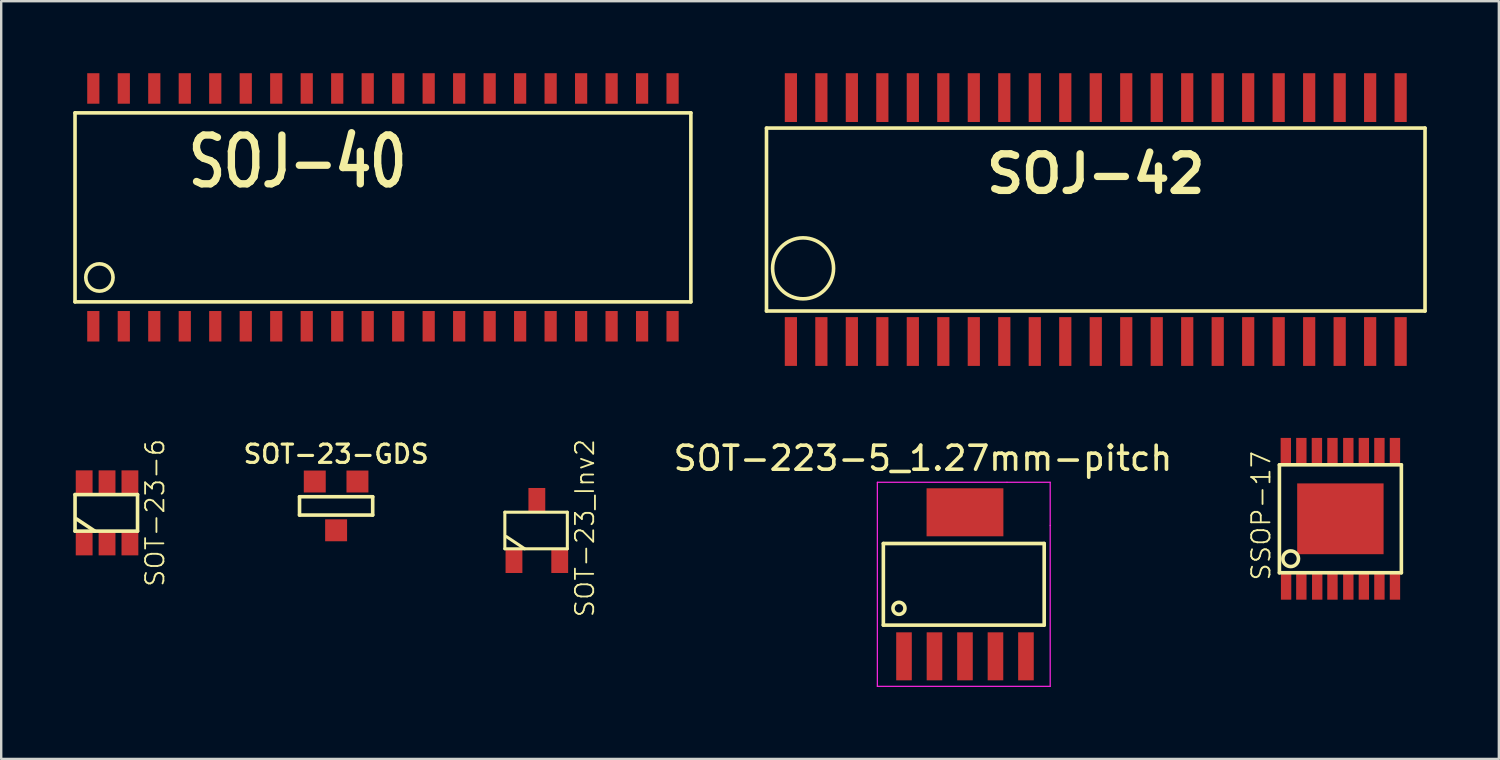
<source format=kicad_pcb>
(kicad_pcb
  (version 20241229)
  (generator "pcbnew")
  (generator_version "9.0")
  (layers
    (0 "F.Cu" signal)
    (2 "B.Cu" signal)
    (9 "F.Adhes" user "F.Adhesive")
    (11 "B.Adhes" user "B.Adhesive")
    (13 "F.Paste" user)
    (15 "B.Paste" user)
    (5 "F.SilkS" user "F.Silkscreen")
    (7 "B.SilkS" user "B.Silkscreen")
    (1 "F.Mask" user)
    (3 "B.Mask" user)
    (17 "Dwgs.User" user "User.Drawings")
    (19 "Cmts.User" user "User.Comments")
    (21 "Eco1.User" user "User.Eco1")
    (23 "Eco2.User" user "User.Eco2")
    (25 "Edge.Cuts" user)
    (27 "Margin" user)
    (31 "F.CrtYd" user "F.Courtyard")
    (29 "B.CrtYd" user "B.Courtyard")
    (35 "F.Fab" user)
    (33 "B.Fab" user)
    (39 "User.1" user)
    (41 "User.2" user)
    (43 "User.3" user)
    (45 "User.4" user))
  (footprint "SOT-23-6"
    (layer "F.Cu")
    (at 1.409 18.314)
    (property "Reference" "SOT-23-6" (at 1.999 0 90) (layer "F.SilkS") (effects (font (size 0.762 0.762) (thickness 0.076))))
    (attr through_hole)
    (fp_line (start -1.333 -0.762) (end 1.27 -0.762) (stroke (width 0.15) (type solid)) (layer "F.SilkS"))
    (fp_line (start -1.333 0.762) (end -1.333 -0.762) (stroke (width 0.15) (type solid)) (layer "F.SilkS"))
    (fp_line (start -0.508 0.762) (end -1.27 0.254) (stroke (width 0.15) (type solid)) (layer "F.SilkS"))
    (fp_line (start 1.27 -0.762) (end 1.27 0.762) (stroke (width 0.15) (type solid)) (layer "F.SilkS"))
    (fp_line (start 1.27 0.762) (end -1.333 0.762) (stroke (width 0.15) (type solid)) (layer "F.SilkS"))
    (pad "1" smd rect (at -0.953 1.27) (size 0.701 1.001) (layers "F.Cu" "F.Mask" "F.Paste"))
    (pad "2" smd rect (at 0 1.27) (size 0.701 1.001) (layers "F.Cu" "F.Mask" "F.Paste"))
    (pad "3" smd rect (at 0.953 1.27) (size 0.701 1.001) (layers "F.Cu" "F.Mask" "F.Paste"))
    (pad "4" smd rect (at 0.953 -1.27) (size 0.701 1.001) (layers "F.Cu" "F.Mask" "F.Paste"))
    (pad "5" smd rect (at 0 -1.27) (size 0.701 1.001) (layers "F.Cu" "F.Mask" "F.Paste"))
    (pad "6" smd rect (at -0.953 -1.27) (size 0.701 1.001) (layers "F.Cu" "F.Mask" "F.Paste")))
  (footprint "SOJ-42"
    (layer "F.Cu")
    (at 42.595 6.096)
    (property "Reference" "SOJ-42" (at 0 -1.905 0) (layer "F.SilkS") (effects (font (size 1.524 1.524) (thickness 0.305))))
    (attr smd)
    (fp_line (start -13.716 -3.81) (end 13.716 -3.81) (stroke (width 0.15) (type solid)) (layer "F.SilkS"))
    (fp_line (start -13.716 3.81) (end -13.716 -3.81) (stroke (width 0.15) (type solid)) (layer "F.SilkS"))
    (fp_line (start 13.716 3.81) (end -13.716 3.81) (stroke (width 0.15) (type solid)) (layer "F.SilkS"))
    (fp_line (start 13.716 3.81) (end 13.716 -3.81) (stroke (width 0.15) (type solid)) (layer "F.SilkS"))
    (fp_circle (center -12.192 2.032) (end -12.192 0.762) (stroke (width 0.15) (type solid)) (fill no) (layer "F.SilkS"))
    (pad "1" smd rect (at -12.7 5.08) (size 0.508 2.032) (layers "F.Cu" "F.Mask" "F.Paste"))
    (pad "2" smd rect (at -11.43 5.08) (size 0.508 2.032) (layers "F.Cu" "F.Mask" "F.Paste"))
    (pad "3" smd rect (at -10.16 5.08) (size 0.508 2.032) (layers "F.Cu" "F.Mask" "F.Paste"))
    (pad "4" smd rect (at -8.89 5.08) (size 0.508 2.032) (layers "F.Cu" "F.Mask" "F.Paste"))
    (pad "5" smd rect (at -7.62 5.08) (size 0.508 2.032) (layers "F.Cu" "F.Mask" "F.Paste"))
    (pad "6" smd rect (at -6.35 5.08) (size 0.508 2.032) (layers "F.Cu" "F.Mask" "F.Paste"))
    (pad "7" smd rect (at -5.08 5.08) (size 0.508 2.032) (layers "F.Cu" "F.Mask" "F.Paste"))
    (pad "8" smd rect (at -3.81 5.08) (size 0.508 2.032) (layers "F.Cu" "F.Mask" "F.Paste"))
    (pad "9" smd rect (at -2.54 5.08) (size 0.508 2.032) (layers "F.Cu" "F.Mask" "F.Paste"))
    (pad "10" smd rect (at -1.27 5.08) (size 0.508 2.032) (layers "F.Cu" "F.Mask" "F.Paste"))
    (pad "11" smd rect (at 0 5.08) (size 0.508 2.032) (layers "F.Cu" "F.Mask" "F.Paste"))
    (pad "12" smd rect (at 1.27 5.08) (size 0.508 2.032) (layers "F.Cu" "F.Mask" "F.Paste"))
    (pad "13" smd rect (at 2.54 5.08) (size 0.508 2.032) (layers "F.Cu" "F.Mask" "F.Paste"))
    (pad "14" smd rect (at 3.81 5.08) (size 0.508 2.032) (layers "F.Cu" "F.Mask" "F.Paste"))
    (pad "15" smd rect (at 5.08 5.08) (size 0.508 2.032) (layers "F.Cu" "F.Mask" "F.Paste"))
    (pad "16" smd rect (at 6.35 5.08) (size 0.508 2.032) (layers "F.Cu" "F.Mask" "F.Paste"))
    (pad "17" smd rect (at 7.62 5.08) (size 0.508 2.032) (layers "F.Cu" "F.Mask" "F.Paste"))
    (pad "18" smd rect (at 8.89 5.08) (size 0.508 2.032) (layers "F.Cu" "F.Mask" "F.Paste"))
    (pad "19" smd rect (at 10.16 5.08) (size 0.508 2.032) (layers "F.Cu" "F.Mask" "F.Paste"))
    (pad "20" smd rect (at 11.43 5.08) (size 0.508 2.032) (layers "F.Cu" "F.Mask" "F.Paste"))
    (pad "21" smd rect (at 12.7 5.08) (size 0.508 2.032) (layers "F.Cu" "F.Mask" "F.Paste"))
    (pad "22" smd rect (at 12.7 -5.08) (size 0.508 2.032) (layers "F.Cu" "F.Mask" "F.Paste"))
    (pad "23" smd rect (at 11.43 -5.08) (size 0.508 2.032) (layers "F.Cu" "F.Mask" "F.Paste"))
    (pad "24" smd rect (at 10.16 -5.08) (size 0.508 2.032) (layers "F.Cu" "F.Mask" "F.Paste"))
    (pad "25" smd rect (at 8.89 -5.08) (size 0.508 2.032) (layers "F.Cu" "F.Mask" "F.Paste"))
    (pad "26" smd rect (at 7.62 -5.08) (size 0.508 2.032) (layers "F.Cu" "F.Mask" "F.Paste"))
    (pad "27" smd rect (at 6.35 -5.08) (size 0.508 2.032) (layers "F.Cu" "F.Mask" "F.Paste"))
    (pad "28" smd rect (at 5.08 -5.08) (size 0.508 2.032) (layers "F.Cu" "F.Mask" "F.Paste"))
    (pad "29" smd rect (at 3.81 -5.08) (size 0.508 2.032) (layers "F.Cu" "F.Mask" "F.Paste"))
    (pad "30" smd rect (at 2.54 -5.08) (size 0.508 2.032) (layers "F.Cu" "F.Mask" "F.Paste"))
    (pad "31" smd rect (at 1.27 -5.08) (size 0.508 2.032) (layers "F.Cu" "F.Mask" "F.Paste"))
    (pad "32" smd rect (at 0 -5.08) (size 0.508 2.032) (layers "F.Cu" "F.Mask" "F.Paste"))
    (pad "33" smd rect (at -1.27 -5.08) (size 0.508 2.032) (layers "F.Cu" "F.Mask" "F.Paste"))
    (pad "34" smd rect (at -2.54 -5.08) (size 0.508 2.032) (layers "F.Cu" "F.Mask" "F.Paste"))
    (pad "35" smd rect (at -3.81 -5.08) (size 0.508 2.032) (layers "F.Cu" "F.Mask" "F.Paste"))
    (pad "36" smd rect (at -5.08 -5.08) (size 0.508 2.032) (layers "F.Cu" "F.Mask" "F.Paste"))
    (pad "37" smd rect (at -6.35 -5.08) (size 0.508 2.032) (layers "F.Cu" "F.Mask" "F.Paste"))
    (pad "38" smd rect (at -7.62 -5.08) (size 0.508 2.032) (layers "F.Cu" "F.Mask" "F.Paste"))
    (pad "39" smd rect (at -8.89 -5.08) (size 0.508 2.032) (layers "F.Cu" "F.Mask" "F.Paste"))
    (pad "40" smd rect (at -10.16 -5.08) (size 0.508 2.032) (layers "F.Cu" "F.Mask" "F.Paste"))
    (pad "41" smd rect (at -11.43 -5.08) (size 0.508 2.032) (layers "F.Cu" "F.Mask" "F.Paste"))
    (pad "42" smd rect (at -12.7 -5.08) (size 0.508 2.032) (layers "F.Cu" "F.Mask" "F.Paste")))
  (footprint "SSOP-17"
    (layer "F.Cu")
    (at 52.785 18.561)
    (property "Reference" "SSOP-17" (at -3.302 -0.127 90) (layer "F.SilkS") (effects (font (size 0.762 0.762) (thickness 0.076))))
    (attr smd)
    (fp_line (start -2.54 -2.248) (end -2.54 2.248) (stroke (width 0.15) (type solid)) (layer "F.SilkS"))
    (fp_line (start -2.54 2.248) (end 2.54 2.248) (stroke (width 0.15) (type solid)) (layer "F.SilkS"))
    (fp_line (start 2.54 -2.248) (end -2.54 -2.248) (stroke (width 0.15) (type solid)) (layer "F.SilkS"))
    (fp_line (start 2.54 2.248) (end 2.54 -2.248) (stroke (width 0.15) (type solid)) (layer "F.SilkS"))
    (fp_circle (center -2.07 1.664) (end -2.273 1.918) (stroke (width 0.15) (type solid)) (fill no) (layer "F.SilkS"))
    (pad "1" smd rect (at -2.261 2.794) (size 0.432 1.151) (layers "F.Cu" "F.Mask" "F.Paste"))
    (pad "2" smd rect (at -1.626 2.794) (size 0.432 1.151) (layers "F.Cu" "F.Mask" "F.Paste"))
    (pad "3" smd rect (at -0.965 2.794) (size 0.432 1.151) (layers "F.Cu" "F.Mask" "F.Paste"))
    (pad "4" smd rect (at -0.33 2.794) (size 0.432 1.151) (layers "F.Cu" "F.Mask" "F.Paste"))
    (pad "5" smd rect (at 0.33 2.794) (size 0.432 1.151) (layers "F.Cu" "F.Mask" "F.Paste"))
    (pad "6" smd rect (at 0.978 2.794) (size 0.432 1.151) (layers "F.Cu" "F.Mask" "F.Paste"))
    (pad "7" smd rect (at 1.626 2.794) (size 0.432 1.151) (layers "F.Cu" "F.Mask" "F.Paste"))
    (pad "8" smd rect (at 2.273 2.794) (size 0.432 1.151) (layers "F.Cu" "F.Mask" "F.Paste"))
    (pad "9" smd rect (at 2.273 -2.794) (size 0.432 1.151) (layers "F.Cu" "F.Mask" "F.Paste"))
    (pad "10" smd rect (at 1.626 -2.794) (size 0.432 1.151) (layers "F.Cu" "F.Mask" "F.Paste"))
    (pad "11" smd rect (at 0.978 -2.794) (size 0.432 1.151) (layers "F.Cu" "F.Mask" "F.Paste"))
    (pad "12" smd rect (at 0.33 -2.794) (size 0.432 1.151) (layers "F.Cu" "F.Mask" "F.Paste"))
    (pad "13" smd rect (at -0.33 -2.794) (size 0.432 1.151) (layers "F.Cu" "F.Mask" "F.Paste"))
    (pad "14" smd rect (at -0.978 -2.794) (size 0.432 1.151) (layers "F.Cu" "F.Mask" "F.Paste"))
    (pad "15" smd rect (at -1.626 -2.794) (size 0.432 1.151) (layers "F.Cu" "F.Mask" "F.Paste"))
    (pad "16" smd rect (at -2.273 -2.794) (size 0.432 1.151) (layers "F.Cu" "F.Mask" "F.Paste"))
    (pad "17" smd rect (at 0 0) (size 3.599 2.949) (layers "F.Cu" "F.Mask" "F.Paste")))
  (footprint "SOJ-40"
    (layer "F.Cu")
    (at 12.902 5.461)
    (property "Reference" "SOJ-40" (at -3.556 -1.778 0) (layer "F.SilkS") (effects (font (size 2.032 1.524) (thickness 0.305))))
    (attr smd)
    (fp_line (start -12.827 -3.81) (end 12.827 -3.81) (stroke (width 0.15) (type solid)) (layer "F.SilkS"))
    (fp_line (start -12.827 4.064) (end -12.827 -3.81) (stroke (width 0.15) (type solid)) (layer "F.SilkS"))
    (fp_line (start 12.827 -3.81) (end 12.827 4.064) (stroke (width 0.15) (type solid)) (layer "F.SilkS"))
    (fp_line (start 12.827 4.064) (end -12.827 4.064) (stroke (width 0.15) (type solid)) (layer "F.SilkS"))
    (fp_circle (center -11.811 3.048) (end -11.303 2.794) (stroke (width 0.15) (type solid)) (fill no) (layer "F.SilkS"))
    (pad "1" smd rect (at -12.065 5.08) (size 0.508 1.27) (layers "F.Cu" "F.Mask" "F.Paste"))
    (pad "2" smd rect (at -10.795 5.08) (size 0.508 1.27) (layers "F.Cu" "F.Mask" "F.Paste"))
    (pad "3" smd rect (at -9.525 5.08) (size 0.508 1.27) (layers "F.Cu" "F.Mask" "F.Paste"))
    (pad "4" smd rect (at -8.255 5.08) (size 0.508 1.27) (layers "F.Cu" "F.Mask" "F.Paste"))
    (pad "5" smd rect (at -6.985 5.08) (size 0.508 1.27) (layers "F.Cu" "F.Mask" "F.Paste"))
    (pad "6" smd rect (at -5.715 5.08) (size 0.508 1.27) (layers "F.Cu" "F.Mask" "F.Paste"))
    (pad "7" smd rect (at -4.445 5.08) (size 0.508 1.27) (layers "F.Cu" "F.Mask" "F.Paste"))
    (pad "8" smd rect (at -3.175 5.08) (size 0.508 1.27) (layers "F.Cu" "F.Mask" "F.Paste"))
    (pad "9" smd rect (at -1.905 5.08) (size 0.508 1.27) (layers "F.Cu" "F.Mask" "F.Paste"))
    (pad "10" smd rect (at -0.635 5.08) (size 0.508 1.27) (layers "F.Cu" "F.Mask" "F.Paste"))
    (pad "11" smd rect (at 0.635 5.08) (size 0.508 1.27) (layers "F.Cu" "F.Mask" "F.Paste"))
    (pad "12" smd rect (at 1.905 5.08) (size 0.508 1.27) (layers "F.Cu" "F.Mask" "F.Paste"))
    (pad "13" smd rect (at 3.175 5.08) (size 0.508 1.27) (layers "F.Cu" "F.Mask" "F.Paste"))
    (pad "14" smd rect (at 4.445 5.08) (size 0.508 1.27) (layers "F.Cu" "F.Mask" "F.Paste"))
    (pad "15" smd rect (at 5.715 5.08) (size 0.508 1.27) (layers "F.Cu" "F.Mask" "F.Paste"))
    (pad "16" smd rect (at 6.985 5.08) (size 0.508 1.27) (layers "F.Cu" "F.Mask" "F.Paste"))
    (pad "17" smd rect (at 8.255 5.08) (size 0.508 1.27) (layers "F.Cu" "F.Mask" "F.Paste"))
    (pad "18" smd rect (at 9.525 5.08) (size 0.508 1.27) (layers "F.Cu" "F.Mask" "F.Paste"))
    (pad "19" smd rect (at 10.795 5.08) (size 0.508 1.27) (layers "F.Cu" "F.Mask" "F.Paste"))
    (pad "20" smd rect (at 12.065 5.08) (size 0.508 1.27) (layers "F.Cu" "F.Mask" "F.Paste"))
    (pad "21" smd rect (at 12.065 -4.826) (size 0.508 1.27) (layers "F.Cu" "F.Mask" "F.Paste"))
    (pad "22" smd rect (at 10.795 -4.826) (size 0.508 1.27) (layers "F.Cu" "F.Mask" "F.Paste"))
    (pad "23" smd rect (at 9.525 -4.826) (size 0.508 1.27) (layers "F.Cu" "F.Mask" "F.Paste"))
    (pad "24" smd rect (at 8.255 -4.826) (size 0.508 1.27) (layers "F.Cu" "F.Mask" "F.Paste"))
    (pad "25" smd rect (at 6.985 -4.826) (size 0.508 1.27) (layers "F.Cu" "F.Mask" "F.Paste"))
    (pad "26" smd rect (at 5.715 -4.826) (size 0.508 1.27) (layers "F.Cu" "F.Mask" "F.Paste"))
    (pad "27" smd rect (at 4.445 -4.826) (size 0.508 1.27) (layers "F.Cu" "F.Mask" "F.Paste"))
    (pad "28" smd rect (at 3.175 -4.826) (size 0.508 1.27) (layers "F.Cu" "F.Mask" "F.Paste"))
    (pad "29" smd rect (at 1.905 -4.826) (size 0.508 1.27) (layers "F.Cu" "F.Mask" "F.Paste"))
    (pad "30" smd rect (at 0.635 -4.826) (size 0.508 1.27) (layers "F.Cu" "F.Mask" "F.Paste"))
    (pad "31" smd rect (at -0.635 -4.826) (size 0.508 1.27) (layers "F.Cu" "F.Mask" "F.Paste"))
    (pad "32" smd rect (at -1.905 -4.826) (size 0.508 1.27) (layers "F.Cu" "F.Mask" "F.Paste"))
    (pad "33" smd rect (at -3.175 -4.826) (size 0.508 1.27) (layers "F.Cu" "F.Mask" "F.Paste"))
    (pad "34" smd rect (at -4.445 -4.826) (size 0.508 1.27) (layers "F.Cu" "F.Mask" "F.Paste"))
    (pad "35" smd rect (at -5.715 -4.826) (size 0.508 1.27) (layers "F.Cu" "F.Mask" "F.Paste"))
    (pad "36" smd rect (at -6.985 -4.826) (size 0.508 1.27) (layers "F.Cu" "F.Mask" "F.Paste"))
    (pad "37" smd rect (at -8.255 -4.826) (size 0.508 1.27) (layers "F.Cu" "F.Mask" "F.Paste"))
    (pad "38" smd rect (at -9.525 -4.826) (size 0.508 1.27) (layers "F.Cu" "F.Mask" "F.Paste"))
    (pad "39" smd rect (at -10.795 -4.826) (size 0.508 1.27) (layers "F.Cu" "F.Mask" "F.Paste"))
    (pad "40" smd rect (at -12.065 -4.826) (size 0.508 1.27) (layers "F.Cu" "F.Mask" "F.Paste")))
  (footprint "SOT-23-GDS"
    (layer "F.Cu")
    (at 10.951 18.024)
    (property "Reference" "SOT-23-GDS" (at 0 -2.159 0) (layer "F.SilkS") (effects (font (size 0.762 0.762) (thickness 0.13))))
    (attr smd)
    (fp_line (start -1.524 -0.381) (end 1.524 -0.381) (stroke (width 0.15) (type solid)) (layer "F.SilkS"))
    (fp_line (start -1.524 0.381) (end -1.524 -0.381) (stroke (width 0.15) (type solid)) (layer "F.SilkS"))
    (fp_line (start 1.524 -0.381) (end 1.524 0.381) (stroke (width 0.15) (type solid)) (layer "F.SilkS"))
    (fp_line (start 1.524 0.381) (end -1.524 0.381) (stroke (width 0.15) (type solid)) (layer "F.SilkS"))
    (pad "D" smd rect (at 0 1.016) (size 0.914 0.914) (layers "F.Cu" "F.Mask" "F.Paste"))
    (pad "G" smd rect (at 0.889 -1.016) (size 0.914 0.914) (layers "F.Cu" "F.Mask" "F.Paste"))
    (pad "S" smd rect (at -0.889 -1.016) (size 0.914 0.914) (layers "F.Cu" "F.Mask" "F.Paste")))
  (footprint "SOT-223-5_1.27mm-pitch"
    (layer "F.Cu")
    (at 37.147 24.29)
    (property "Reference" "SOT-223-5_1.27mm-pitch" (at -1.75 -8.25 0) (layer "F.SilkS") (effects (font (size 1 1) (thickness 0.15))))
    (attr through_hole)
    (fp_line (start -3.4 -4.7) (end -3.4 -1.3) (stroke (width 0.15) (type solid)) (layer "F.SilkS"))
    (fp_line (start -3.4 -1.3) (end 3.3 -1.3) (stroke (width 0.15) (type solid)) (layer "F.SilkS"))
    (fp_line (start 3.3 -4.7) (end -3.4 -4.7) (stroke (width 0.15) (type solid)) (layer "F.SilkS"))
    (fp_line (start 3.3 -1.3) (end 3.3 -4.7) (stroke (width 0.15) (type solid)) (layer "F.SilkS"))
    (fp_circle (center -2.75 -2) (end -2.5 -2) (stroke (width 0.15) (type solid)) (fill no) (layer "F.SilkS"))
    (fp_line (start -3.65 -7.25) (end -3.65 1.25) (stroke (width 0.05) (type solid)) (layer "F.CrtYd"))
    (fp_line (start -3.65 -7.25) (end 1.75 -7.25) (stroke (width 0.05) (type solid)) (layer "F.CrtYd"))
    (fp_line (start -3.65 1.25) (end 3.55 1.25) (stroke (width 0.05) (type solid)) (layer "F.CrtYd"))
    (fp_line (start 1.75 -7.25) (end 3.55 -7.25) (stroke (width 0.05) (type solid)) (layer "F.CrtYd"))
    (fp_line (start 3.55 -7.25) (end 3.55 -5.45) (stroke (width 0.05) (type solid)) (layer "F.CrtYd"))
    (fp_line (start 3.55 -5.45) (end 3.55 1.25) (stroke (width 0.05) (type solid)) (layer "F.CrtYd"))
    (pad "1" smd rect (at -2.54 0) (size 0.65 2) (layers "F.Cu" "F.Mask" "F.Paste"))
    (pad "2" smd rect (at -1.27 0) (size 0.65 2) (layers "F.Cu" "F.Mask" "F.Paste"))
    (pad "3" smd rect (at 0 0) (size 0.65 2) (layers "F.Cu" "F.Mask" "F.Paste"))
    (pad "4" smd rect (at 1.27 0) (size 0.65 2) (layers "F.Cu" "F.Mask" "F.Paste"))
    (pad "5" smd rect (at 2.54 0) (size 0.65 2) (layers "F.Cu" "F.Mask" "F.Paste"))
    (pad "6" smd rect (at 0 -6) (size 3.2 2) (layers "F.Cu" "F.Mask" "F.Paste")))
  (footprint "SOT-23_Inv2"
    (layer "F.Cu")
    (at 19.313 19.048)
    (property "Reference" "SOT-23_Inv2" (at 1.999 -0.099 90) (layer "F.SilkS") (effects (font (size 0.762 0.762) (thickness 0.076))))
    (attr smd)
    (fp_line (start -1.333 -0.762) (end 1.27 -0.762) (stroke (width 0.127) (type solid)) (layer "F.SilkS"))
    (fp_line (start -1.333 0.762) (end -1.333 -0.762) (stroke (width 0.127) (type solid)) (layer "F.SilkS"))
    (fp_line (start -0.508 0.762) (end -1.27 0.254) (stroke (width 0.127) (type solid)) (layer "F.SilkS"))
    (fp_line (start 1.27 -0.762) (end 1.27 0.762) (stroke (width 0.127) (type solid)) (layer "F.SilkS"))
    (fp_line (start 1.27 0.762) (end -1.333 0.762) (stroke (width 0.127) (type solid)) (layer "F.SilkS"))
    (pad "1" smd rect (at 0.953 1.27) (size 0.701 1.001) (layers "F.Cu" "F.Mask" "F.Paste"))
    (pad "2" smd rect (at -0.953 1.27) (size 0.701 1.001) (layers "F.Cu" "F.Mask" "F.Paste"))
    (pad "3" smd rect (at 0 -1.27) (size 0.701 1.001) (layers "F.Cu" "F.Mask" "F.Paste")))
  (gr_rect
    (start -3 -3)
    (end 59.386 28.565)
    (stroke (width 0.1) (type default))
    (fill no)
    (layer "Edge.Cuts")))
</source>
